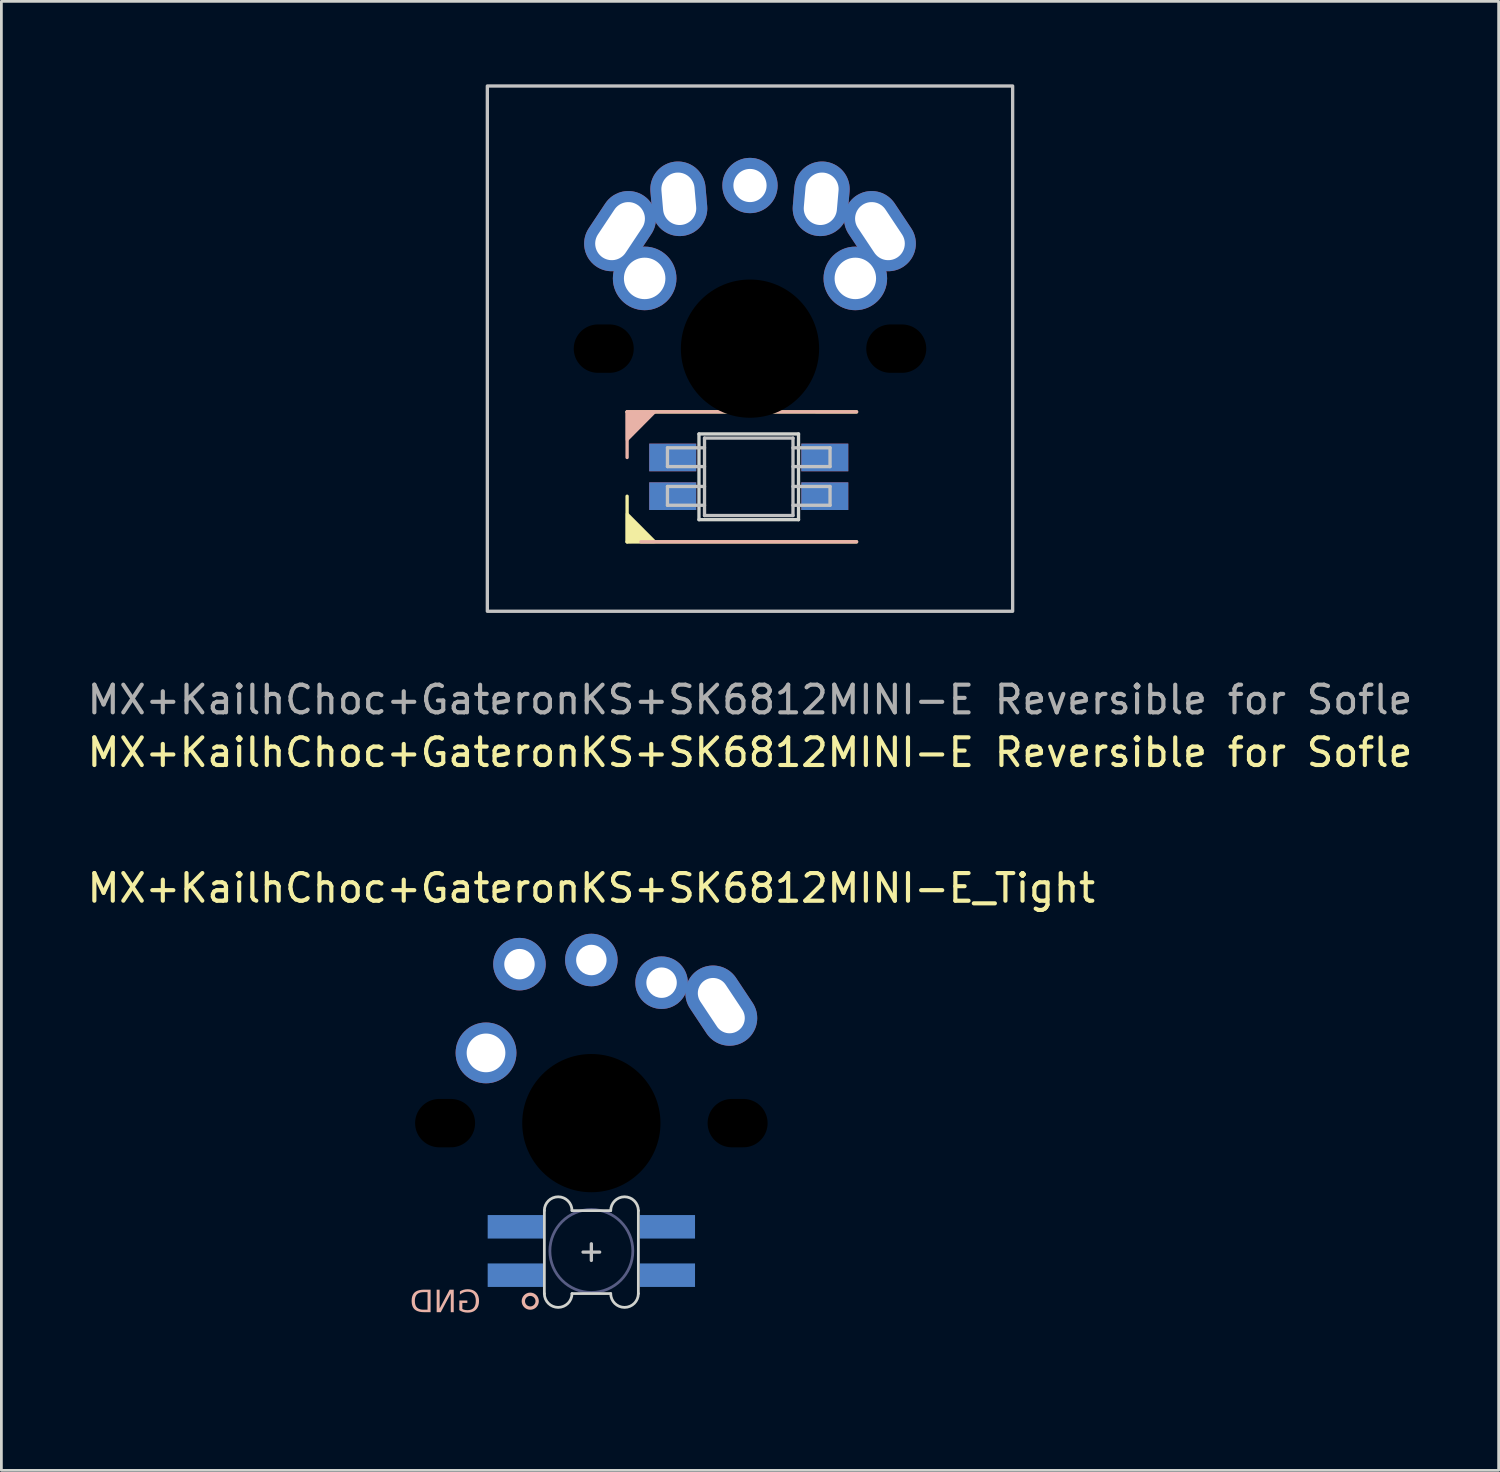
<source format=kicad_pcb>
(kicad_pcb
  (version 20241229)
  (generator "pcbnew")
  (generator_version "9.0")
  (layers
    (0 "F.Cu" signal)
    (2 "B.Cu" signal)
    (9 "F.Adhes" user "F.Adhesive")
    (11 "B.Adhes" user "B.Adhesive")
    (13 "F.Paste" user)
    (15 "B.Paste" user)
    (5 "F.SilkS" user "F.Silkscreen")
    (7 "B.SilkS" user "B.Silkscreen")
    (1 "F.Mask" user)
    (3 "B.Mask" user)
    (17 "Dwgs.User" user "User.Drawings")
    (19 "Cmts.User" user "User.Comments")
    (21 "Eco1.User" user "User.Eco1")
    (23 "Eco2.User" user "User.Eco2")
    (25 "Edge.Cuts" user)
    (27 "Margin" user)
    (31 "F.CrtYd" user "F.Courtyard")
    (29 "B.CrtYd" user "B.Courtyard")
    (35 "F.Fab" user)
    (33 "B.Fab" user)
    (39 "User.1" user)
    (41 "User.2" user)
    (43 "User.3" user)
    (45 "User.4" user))
  (footprint "MX+KailhChoc+GateronKS+SK6812MINI-E_Tight"
    (layer "F.Cu")
    (at 18.339 37.573)
    (property "Reference" "MX+KailhChoc+GateronKS+SK6812MINI-E_Tight" (at 0 -8.5 0) (unlocked yes) (layer "F.SilkS") (effects (font (size 1 1) (thickness 0.15))))
    (attr through_hole)
    (fp_poly (pts (xy 1.7 5.875) (xy 3.3 5.875) (xy 3.7 5.475) (xy 3.7 5.125) (xy 1.7 5.125)) (stroke (width 0.1) (type solid)) (fill yes) (layer "B.Mask"))
    (fp_circle (center -2.21 6.44) (end -2.36 6.24) (stroke (width 0.12) (type solid)) (fill no) (layer "B.SilkS"))
    (fp_poly (pts (xy 1.7 5.875) (xy 3.3 5.875) (xy 3.7 5.475) (xy 3.7 5.125) (xy 1.7 5.125)) (stroke (width 0.1) (type solid)) (fill yes) (layer "B.Paste"))
    (fp_line (start 0 4.965) (end 0 4.365) (stroke (width 0.12) (type solid)) (layer "Dwgs.User"))
    (fp_line (start 0.3 4.665) (end -0.3 4.665) (stroke (width 0.12) (type solid)) (layer "Dwgs.User"))
    (fp_line (start -1.7 6.165) (end -1.7 3.165) (stroke (width 0.1) (type solid)) (layer "Edge.Cuts"))
    (fp_line (start 0.7 3.165) (end -0.7 3.165) (stroke (width 0.1) (type solid)) (layer "Edge.Cuts"))
    (fp_line (start 0.7 6.165) (end -0.7 6.165) (stroke (width 0.1) (type solid)) (layer "Edge.Cuts"))
    (fp_line (start 1.7 3.165) (end 1.7 6.165) (stroke (width 0.1) (type solid)) (layer "Edge.Cuts"))
    (fp_arc (start -1.7 3.165) (mid -1.2 2.665) (end -0.7 3.165) (stroke (width 0.1) (type solid)) (layer "Edge.Cuts"))
    (fp_arc (start -0.7 6.165) (mid -1.2 6.665) (end -1.7 6.165) (stroke (width 0.1) (type solid)) (layer "Edge.Cuts"))
    (fp_arc (start 0.7 3.165) (mid 1.2 2.665) (end 1.7 3.165) (stroke (width 0.1) (type solid)) (layer "Edge.Cuts"))
    (fp_arc (start 1.7 6.165) (mid 1.2 6.665) (end 0.7 6.165) (stroke (width 0.1) (type solid)) (layer "Edge.Cuts"))
    (fp_circle (center 0 4.625) (end 0 3.125) (stroke (width 0.1) (type solid)) (fill no) (layer "B.Fab"))
    (fp_line (start -7.5 -7) (end -7 -7.5) (stroke (width 0.12) (type solid)) (layer "User.1"))
    (fp_line (start -7.5 7) (end -7.5 -7) (stroke (width 0.12) (type solid)) (layer "User.1"))
    (fp_line (start -7 -7.5) (end 7 -7.5) (stroke (width 0.12) (type solid)) (layer "User.1"))
    (fp_line (start -7 7.5) (end -7.5 7) (stroke (width 0.12) (type solid)) (layer "User.1"))
    (fp_line (start 7 -7.5) (end 7.5 -7) (stroke (width 0.12) (type solid)) (layer "User.1"))
    (fp_line (start 7 7.5) (end -7 7.5) (stroke (width 0.12) (type solid)) (layer "User.1"))
    (fp_line (start 7.5 -7) (end 7.5 7) (stroke (width 0.12) (type solid)) (layer "User.1"))
    (fp_line (start 7.5 7) (end 7 7.5) (stroke (width 0.12) (type solid)) (layer "User.1"))
    (fp_rect (start 9.5 9.5) (end -9.5 -9.5) (stroke (width 0.12) (type solid)) (fill no) (layer "User.1"))
    (fp_line (start -7.5 -7.5) (end 7.5 -7.5) (stroke (width 0.2) (type solid)) (layer "User.2"))
    (fp_line (start -7.5 7.5) (end -7.5 -7.5) (stroke (width 0.2) (type solid)) (layer "User.2"))
    (fp_line (start -3.1 -5.9) (end -2.1 -5.9) (stroke (width 0.2) (type solid)) (layer "User.2"))
    (fp_line (start -3.1 -5.6) (end -3.1 -5.9) (stroke (width 0.2) (type solid)) (layer "User.2"))
    (fp_line (start -2.1 -5.9) (end -2.1 -5.6) (stroke (width 0.2) (type solid)) (layer "User.2"))
    (fp_line (start -2.1 -5.6) (end -3.1 -5.6) (stroke (width 0.2) (type solid)) (layer "User.2"))
    (fp_line (start -1.8 3.5) (end -1.8 5.75) (stroke (width 0.2) (type solid)) (layer "User.2"))
    (fp_line (start -1.8 5.75) (end 3.2 5.75) (stroke (width 0.2) (type solid)) (layer "User.2"))
    (fp_line (start 3.2 3.5) (end -1.8 3.5) (stroke (width 0.2) (type solid)) (layer "User.2"))
    (fp_line (start 3.2 5.75) (end 3.2 3.5) (stroke (width 0.2) (type solid)) (layer "User.2"))
    (fp_line (start 4.25 -4.925) (end 4.55 -4.925) (stroke (width 0.2) (type solid)) (layer "User.2"))
    (fp_line (start 4.25 -4.475) (end 4.25 -4.925) (stroke (width 0.2) (type solid)) (layer "User.2"))
    (fp_line (start 4.55 -4.925) (end 4.55 -4.475) (stroke (width 0.2) (type solid)) (layer "User.2"))
    (fp_line (start 4.55 -4.475) (end 4.25 -4.475) (stroke (width 0.2) (type solid)) (layer "User.2"))
    (fp_line (start 7.5 -7.5) (end 7.5 7.5) (stroke (width 0.2) (type solid)) (layer "User.2"))
    (fp_line (start 7.5 7.5) (end -7.5 7.5) (stroke (width 0.2) (type solid)) (layer "User.2"))
    (fp_circle (center 0 0) (end -2.525 0) (stroke (width 0.2) (type solid)) (fill no) (layer "User.2"))
    (fp_text user "GND" (at -4 6.975 0) (unlocked yes) (layer "B.SilkS") (effects (font (face "Fira Sans") (size 0.8 0.8) (thickness 0.1)) (justify left bottom mirror)))
    (pad "" np_thru_hole oval (at -5.29 0 180) (size 2.17 1.75) (drill oval 2.17 1.75) (layers "*.Mask"))
    (pad "" np_thru_hole circle (at 0 0 180) (size 5.2 5.2) (drill 5) (layers "*.Mask"))
    (pad "" np_thru_hole oval (at 5.29 0 180) (size 2.17 1.75) (drill oval 2.17 1.75) (layers "*.Mask"))
    (pad "1" smd rect (at 2.75 5.5) (size 2 0.85) (layers "B.Cu"))
    (pad "2" smd rect (at 2.75 3.75 180) (size 2 0.85) (layers "B.Cu" "B.Mask" "B.Paste"))
    (pad "3" smd rect (at -2.75 3.75 180) (size 2 0.85) (layers "B.Cu" "B.Mask" "B.Paste"))
    (pad "4" smd rect (at -2.75 5.5) (size 2 0.85) (layers "B.Cu" "B.Mask" "B.Paste"))
    (pad "5" thru_hole circle (at 2.54 -5.08 180) (size 1.9 1.9) (drill 1.1) (layers "*.Cu" "*.Mask"))
    (pad "5" thru_hole oval (at 4.7 -4.25 123.6) (size 3.082 2) (drill oval 2.182 1.1) (layers "*.Cu" "*.Mask"))
    (pad "6" thru_hole circle (at -3.81 -2.54 180) (size 2.2 2.2) (drill 1.4) (layers "*.Cu" "*.Mask"))
    (pad "6" thru_hole circle (at -2.6 -5.75 180) (size 1.9 1.9) (drill 1.1) (layers "*.Cu" "*.Mask"))
    (pad "6" thru_hole circle (at 0 -5.9 180) (size 1.9 1.9) (drill 1.1) (layers "*.Cu" "*.Mask")))
  (footprint "MX+KailhChoc+GateronKS+SK6812MINI-E Reversible for Sofle"
    (layer "F.Cu")
    (at 24.077 9.56)
    (property "Reference" "MX+KailhChoc+GateronKS+SK6812MINI-E Reversible for Sofle" (at 0 14.605 0) (unlocked yes) (layer "F.SilkS") (effects (font (size 1 1) (thickness 0.15))))
    (attr through_hole)
    (fp_line (start -4.445 2.286) (end 3.855 2.289) (stroke (width 0.12) (type solid)) (layer "F.SilkS"))
    (fp_line (start -4.445 6.989) (end -4.445 5.338) (stroke (width 0.12) (type solid)) (layer "F.SilkS"))
    (fp_line (start 3.855 6.989) (end -4.445 6.989) (stroke (width 0.12) (type solid)) (layer "F.SilkS"))
    (fp_poly (pts (xy -3.437 6.986) (xy -4.445 6.989) (xy -4.445 5.973)) (stroke (width 0.1) (type solid)) (fill yes) (layer "F.SilkS"))
    (fp_line (start -4.445 2.286) (end -4.445 3.937) (stroke (width 0.12) (type solid)) (layer "B.SilkS"))
    (fp_line (start -3.945 6.986) (end 3.855 6.986) (stroke (width 0.12) (type solid)) (layer "B.SilkS"))
    (fp_line (start 3.855 2.286) (end -4.445 2.286) (stroke (width 0.12) (type solid)) (layer "B.SilkS"))
    (fp_poly (pts (xy -4.445 3.302) (xy -4.445 2.286) (xy -3.437 2.286)) (stroke (width 0.1) (type solid)) (fill yes) (layer "B.SilkS"))
    (fp_line (start -2.985 3.586) (end -2.985 4.266) (stroke (width 0.12) (type solid)) (layer "Dwgs.User"))
    (fp_line (start -2.985 4.266) (end -1.645 4.266) (stroke (width 0.12) (type solid)) (layer "Dwgs.User"))
    (fp_line (start -2.985 4.986) (end -2.985 5.666) (stroke (width 0.12) (type solid)) (layer "Dwgs.User"))
    (fp_line (start -2.985 5.666) (end -1.645 5.666) (stroke (width 0.12) (type solid)) (layer "Dwgs.User"))
    (fp_line (start -1.645 3.236) (end -1.645 6.036) (stroke (width 0.12) (type solid)) (layer "Dwgs.User"))
    (fp_line (start -1.645 3.236) (end 1.555 3.236) (stroke (width 0.12) (type solid)) (layer "Dwgs.User"))
    (fp_line (start -1.645 3.586) (end -2.985 3.586) (stroke (width 0.12) (type solid)) (layer "Dwgs.User"))
    (fp_line (start -1.645 4.986) (end -2.985 4.986) (stroke (width 0.12) (type solid)) (layer "Dwgs.User"))
    (fp_line (start -1.645 6.036) (end 1.555 6.036) (stroke (width 0.12) (type solid)) (layer "Dwgs.User"))
    (fp_line (start 1.555 3.236) (end 1.555 6.036) (stroke (width 0.12) (type solid)) (layer "Dwgs.User"))
    (fp_line (start 1.555 4.266) (end 2.895 4.266) (stroke (width 0.12) (type solid)) (layer "Dwgs.User"))
    (fp_line (start 1.555 5.666) (end 2.895 5.666) (stroke (width 0.12) (type solid)) (layer "Dwgs.User"))
    (fp_line (start 2.895 3.586) (end 1.555 3.586) (stroke (width 0.12) (type solid)) (layer "Dwgs.User"))
    (fp_line (start 2.895 4.266) (end 2.895 3.586) (stroke (width 0.12) (type solid)) (layer "Dwgs.User"))
    (fp_line (start 2.895 4.986) (end 1.555 4.986) (stroke (width 0.12) (type solid)) (layer "Dwgs.User"))
    (fp_line (start 2.895 5.666) (end 2.895 4.986) (stroke (width 0.12) (type solid)) (layer "Dwgs.User"))
    (fp_rect (start 9.5 9.5) (end -9.5 -9.5) (stroke (width 0.12) (type solid)) (fill no) (layer "Dwgs.User"))
    (fp_line (start -1.845 3.086) (end -1.845 6.186) (stroke (width 0.12) (type solid)) (layer "Edge.Cuts"))
    (fp_line (start -1.845 6.186) (end 1.755 6.186) (stroke (width 0.12) (type solid)) (layer "Edge.Cuts"))
    (fp_line (start 1.755 3.086) (end -1.845 3.086) (stroke (width 0.12) (type solid)) (layer "Edge.Cuts"))
    (fp_line (start 1.755 6.186) (end 1.755 3.086) (stroke (width 0.12) (type solid)) (layer "Edge.Cuts"))
    (fp_line (start -7.5 -7) (end -7 -7.5) (stroke (width 0.12) (type solid)) (layer "User.1"))
    (fp_line (start -7.5 7) (end -7.5 -7) (stroke (width 0.12) (type solid)) (layer "User.1"))
    (fp_line (start -7 -7.5) (end 7 -7.5) (stroke (width 0.12) (type solid)) (layer "User.1"))
    (fp_line (start -7 7.5) (end -7.5 7) (stroke (width 0.12) (type solid)) (layer "User.1"))
    (fp_line (start 7 -7.5) (end 7.5 -7) (stroke (width 0.12) (type solid)) (layer "User.1"))
    (fp_line (start 7 7.5) (end -7 7.5) (stroke (width 0.12) (type solid)) (layer "User.1"))
    (fp_line (start 7.5 -7) (end 7.5 7) (stroke (width 0.12) (type solid)) (layer "User.1"))
    (fp_line (start 7.5 7) (end 7 7.5) (stroke (width 0.12) (type solid)) (layer "User.1"))
    (fp_line (start -7.5 -7.5) (end 7.5 -7.5) (stroke (width 0.2) (type solid)) (layer "User.2"))
    (fp_line (start -7.5 7.5) (end -7.5 -7.5) (stroke (width 0.2) (type solid)) (layer "User.2"))
    (fp_line (start -3.1 -5.9) (end -2.1 -5.9) (stroke (width 0.2) (type solid)) (layer "User.2"))
    (fp_line (start -3.1 -5.6) (end -3.1 -5.9) (stroke (width 0.2) (type solid)) (layer "User.2"))
    (fp_line (start -2.1 -5.9) (end -2.1 -5.6) (stroke (width 0.2) (type solid)) (layer "User.2"))
    (fp_line (start -2.1 -5.6) (end -3.1 -5.6) (stroke (width 0.2) (type solid)) (layer "User.2"))
    (fp_line (start -1.8 3.5) (end -1.8 5.75) (stroke (width 0.2) (type solid)) (layer "User.2"))
    (fp_line (start -1.8 5.75) (end 3.2 5.75) (stroke (width 0.2) (type solid)) (layer "User.2"))
    (fp_line (start 3.2 3.5) (end -1.8 3.5) (stroke (width 0.2) (type solid)) (layer "User.2"))
    (fp_line (start 3.2 5.75) (end 3.2 3.5) (stroke (width 0.2) (type solid)) (layer "User.2"))
    (fp_line (start 4.25 -4.925) (end 4.55 -4.925) (stroke (width 0.2) (type solid)) (layer "User.2"))
    (fp_line (start 4.25 -4.475) (end 4.25 -4.925) (stroke (width 0.2) (type solid)) (layer "User.2"))
    (fp_line (start 4.55 -4.925) (end 4.55 -4.475) (stroke (width 0.2) (type solid)) (layer "User.2"))
    (fp_line (start 4.55 -4.475) (end 4.25 -4.475) (stroke (width 0.2) (type solid)) (layer "User.2"))
    (fp_line (start 7.5 -7.5) (end 7.5 7.5) (stroke (width 0.2) (type solid)) (layer "User.2"))
    (fp_line (start 7.5 7.5) (end -7.5 7.5) (stroke (width 0.2) (type solid)) (layer "User.2"))
    (fp_circle (center 0 0) (end -2.525 0) (stroke (width 0.2) (type solid)) (fill no) (layer "User.2"))
    (fp_text user "${REFERENCE}" (at 0 12.7 0) (unlocked yes) (layer "F.Fab") (effects (font (size 1 1) (thickness 0.15))))
    (pad "" np_thru_hole oval (at -5.29 0 180) (size 2.17 1.75) (drill oval 2.17 1.75) (layers "*.Mask"))
    (pad "" np_thru_hole circle (at 0 0 180) (size 5.2 5.2) (drill 5) (layers "*.Mask"))
    (pad "" np_thru_hole oval (at 5.29 0 180) (size 2.17 1.75) (drill oval 2.17 1.75) (layers "*.Mask"))
    (pad "1" smd rect (at 2.705 3.936) (size 1.7 1) (layers "F.Cu" "F.Mask" "F.Paste"))
    (pad "1" smd rect (at 2.705 5.336) (size 1.7 1) (layers "B.Cu" "B.Mask" "B.Paste"))
    (pad "2" smd rect (at 2.705 3.936) (size 1.7 1) (layers "B.Cu" "B.Mask" "B.Paste"))
    (pad "2" smd rect (at 2.705 5.336) (size 1.7 1) (layers "F.Cu" "F.Mask" "F.Paste"))
    (pad "3" smd rect (at -2.795 3.936) (size 1.7 1) (layers "B.Cu" "B.Mask" "B.Paste"))
    (pad "3" smd rect (at -2.795 5.336) (size 1.7 1) (layers "F.Cu" "F.Mask" "F.Paste"))
    (pad "4" smd rect (at -2.795 3.936) (size 1.7 1) (layers "F.Cu" "F.Mask" "F.Paste"))
    (pad "4" smd rect (at -2.795 5.336) (size 1.7 1) (layers "B.Cu" "B.Mask" "B.Paste"))
    (pad "5" thru_hole oval (at 2.575 -5.42 175) (size 2 2.7) (drill oval 1.2 1.9) (layers "*.Cu" "*.Mask"))
    (pad "5" thru_hole circle (at 3.81 -2.54 180) (size 2.3 2.3) (drill 1.5) (layers "*.Cu" "*.Mask"))
    (pad "5" thru_hole oval (at 4.7 -4.25 123.6) (size 3.082 2) (drill oval 2.282 1.2) (layers "*.Cu" "*.Mask"))
    (pad "6" thru_hole oval (at -4.7 -4.25 236.4) (size 3.082 2) (drill oval 2.282 1.2) (layers "*.Cu" "*.Mask"))
    (pad "6" thru_hole circle (at -3.81 -2.54 180) (size 2.3 2.3) (drill 1.5) (layers "*.Cu" "*.Mask"))
    (pad "6" thru_hole oval (at -2.575 -5.42 185) (size 2 2.7) (drill oval 1.2 1.9) (layers "*.Cu" "*.Mask"))
    (pad "7" thru_hole circle (at 0 -5.9 180) (size 2 2) (drill 1.2) (layers "*.Cu" "*.Mask")))
  (gr_rect
    (start -3 -3)
    (end 51.155 50.133)
    (stroke (width 0.1) (type default))
    (fill no)
    (layer "Edge.Cuts")))
</source>
